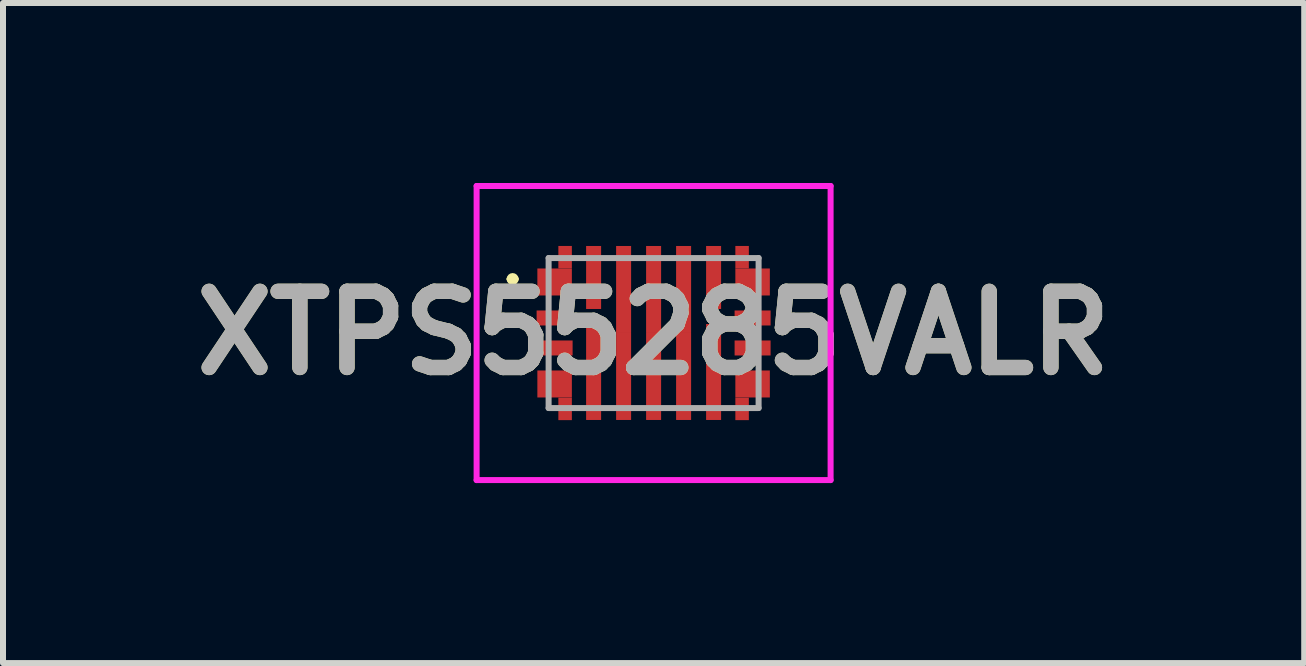
<source format=kicad_pcb>
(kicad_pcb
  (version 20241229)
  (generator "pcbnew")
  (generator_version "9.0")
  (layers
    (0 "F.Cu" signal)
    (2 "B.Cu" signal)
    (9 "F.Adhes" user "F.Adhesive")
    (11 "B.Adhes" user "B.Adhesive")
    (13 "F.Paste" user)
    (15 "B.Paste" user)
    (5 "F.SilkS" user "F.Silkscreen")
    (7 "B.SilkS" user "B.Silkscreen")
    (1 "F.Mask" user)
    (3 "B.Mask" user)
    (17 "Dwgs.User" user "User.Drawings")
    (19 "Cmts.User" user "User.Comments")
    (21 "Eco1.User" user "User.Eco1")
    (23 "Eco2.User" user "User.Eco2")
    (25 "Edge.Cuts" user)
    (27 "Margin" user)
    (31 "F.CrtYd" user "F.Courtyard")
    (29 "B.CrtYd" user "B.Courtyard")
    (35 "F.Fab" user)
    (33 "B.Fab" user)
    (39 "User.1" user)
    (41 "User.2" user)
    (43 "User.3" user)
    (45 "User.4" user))
  (footprint "XTPS55285VALR"
    (layer "F.Cu")
    (at 7.844 2.501)
    (property "Reference" "XTPS55285VALR" (at 0 0 0) (layer "F.SilkS") (effects (font (size 1.27 1.27) (thickness 0.254))))
    (attr smd)
    (fp_line (start -2.4 -0.9) (end -2.4 -0.9) (stroke (width 0.1) (type solid)) (layer "F.SilkS"))
    (fp_line (start -2.3 -0.9) (end -2.3 -0.9) (stroke (width 0.1) (type solid)) (layer "F.SilkS"))
    (fp_arc (start -2.4 -0.9) (mid -2.35 -0.95) (end -2.3 -0.9) (stroke (width 0.1) (type solid)) (layer "F.SilkS"))
    (fp_arc (start -2.3 -0.9) (mid -2.35 -0.85) (end -2.4 -0.9) (stroke (width 0.1) (type solid)) (layer "F.SilkS"))
    (fp_line (start -2.95 -2.451) (end 2.95 -2.451) (stroke (width 0.1) (type solid)) (layer "F.CrtYd"))
    (fp_line (start -2.95 2.451) (end -2.95 -2.451) (stroke (width 0.1) (type solid)) (layer "F.CrtYd"))
    (fp_line (start 2.95 -2.451) (end 2.95 2.451) (stroke (width 0.1) (type solid)) (layer "F.CrtYd"))
    (fp_line (start 2.95 2.451) (end -2.95 2.451) (stroke (width 0.1) (type solid)) (layer "F.CrtYd"))
    (fp_line (start -1.75 -1.25) (end 1.75 -1.25) (stroke (width 0.1) (type solid)) (layer "F.Fab"))
    (fp_line (start -1.75 1.25) (end -1.75 -1.25) (stroke (width 0.1) (type solid)) (layer "F.Fab"))
    (fp_line (start 1.75 -1.25) (end 1.75 1.25) (stroke (width 0.1) (type solid)) (layer "F.Fab"))
    (fp_line (start 1.75 1.25) (end -1.75 1.25) (stroke (width 0.1) (type solid)) (layer "F.Fab"))
    (fp_text user "${REFERENCE}" (at 0 0 0) (layer "F.Fab") (effects (font (size 1.27 1.27) (thickness 0.254))))
    (pad "1" smd rect (at -1.65 -0.851 90) (size 0.45 0.575) (layers "F.Cu" "F.Mask" "F.Paste"))
    (pad "2" smd rect (at -1.65 0.249 90) (size 0.25 0.6) (layers "F.Cu" "F.Mask" "F.Paste"))
    (pad "3" smd rect (at -1.65 -0.251 90) (size 0.25 0.6) (layers "F.Cu" "F.Mask" "F.Paste"))
    (pad "4" smd rect (at -1.65 0.849 90) (size 0.45 0.575) (layers "F.Cu" "F.Mask" "F.Paste"))
    (pad "5" smd rect (at -1 0.649) (size 0.25 1.6) (layers "F.Cu" "F.Mask" "F.Paste"))
    (pad "6" smd rect (at -0.5 0.724) (size 0.25 1.45) (layers "F.Cu" "F.Mask" "F.Paste"))
    (pad "7" smd rect (at 0 0.724) (size 0.25 1.45) (layers "F.Cu" "F.Mask" "F.Paste"))
    (pad "8" smd rect (at 0.5 0.724) (size 0.25 1.45) (layers "F.Cu" "F.Mask" "F.Paste"))
    (pad "9" smd rect (at 1 0.649) (size 0.25 1.6) (layers "F.Cu" "F.Mask" "F.Paste"))
    (pad "10" smd rect (at 1.65 0.849 90) (size 0.45 0.575) (layers "F.Cu" "F.Mask" "F.Paste"))
    (pad "11" smd rect (at 1.65 0.249 90) (size 0.25 0.6) (layers "F.Cu" "F.Mask" "F.Paste"))
    (pad "12" smd rect (at 1.65 -0.251 90) (size 0.25 0.6) (layers "F.Cu" "F.Mask" "F.Paste"))
    (pad "13" smd rect (at 1.65 -0.851 90) (size 0.45 0.575) (layers "F.Cu" "F.Mask" "F.Paste"))
    (pad "14" smd rect (at 1 -0.926) (size 0.25 1.05) (layers "F.Cu" "F.Mask" "F.Paste"))
    (pad "15" smd rect (at -1 -0.926) (size 0.25 1.05) (layers "F.Cu" "F.Mask" "F.Paste"))
    (pad "16" smd rect (at -0.5 -0.726) (size 0.25 1.45) (layers "F.Cu" "F.Mask" "F.Paste"))
    (pad "17" smd rect (at 0 -0.726) (size 0.25 1.45) (layers "F.Cu" "F.Mask" "F.Paste"))
    (pad "18" smd rect (at 0.5 -0.726) (size 0.25 1.45) (layers "F.Cu" "F.Mask" "F.Paste"))
    (pad "19" smd rect (at -1.475 -1.264) (size 0.225 0.375) (layers "F.Cu" "F.Mask" "F.Paste"))
    (pad "20" smd rect (at -1.475 1.264) (size 0.225 0.375) (layers "F.Cu" "F.Mask" "F.Paste"))
    (pad "21" smd rect (at 1.475 1.264) (size 0.225 0.375) (layers "F.Cu" "F.Mask" "F.Paste"))
    (pad "22" smd rect (at 1.475 -1.264) (size 0.225 0.375) (layers "F.Cu" "F.Mask" "F.Paste")))
  (gr_rect
    (start -3 -3)
    (end 18.688 8.002)
    (stroke (width 0.1) (type default))
    (fill no)
    (layer "Edge.Cuts")))
</source>
